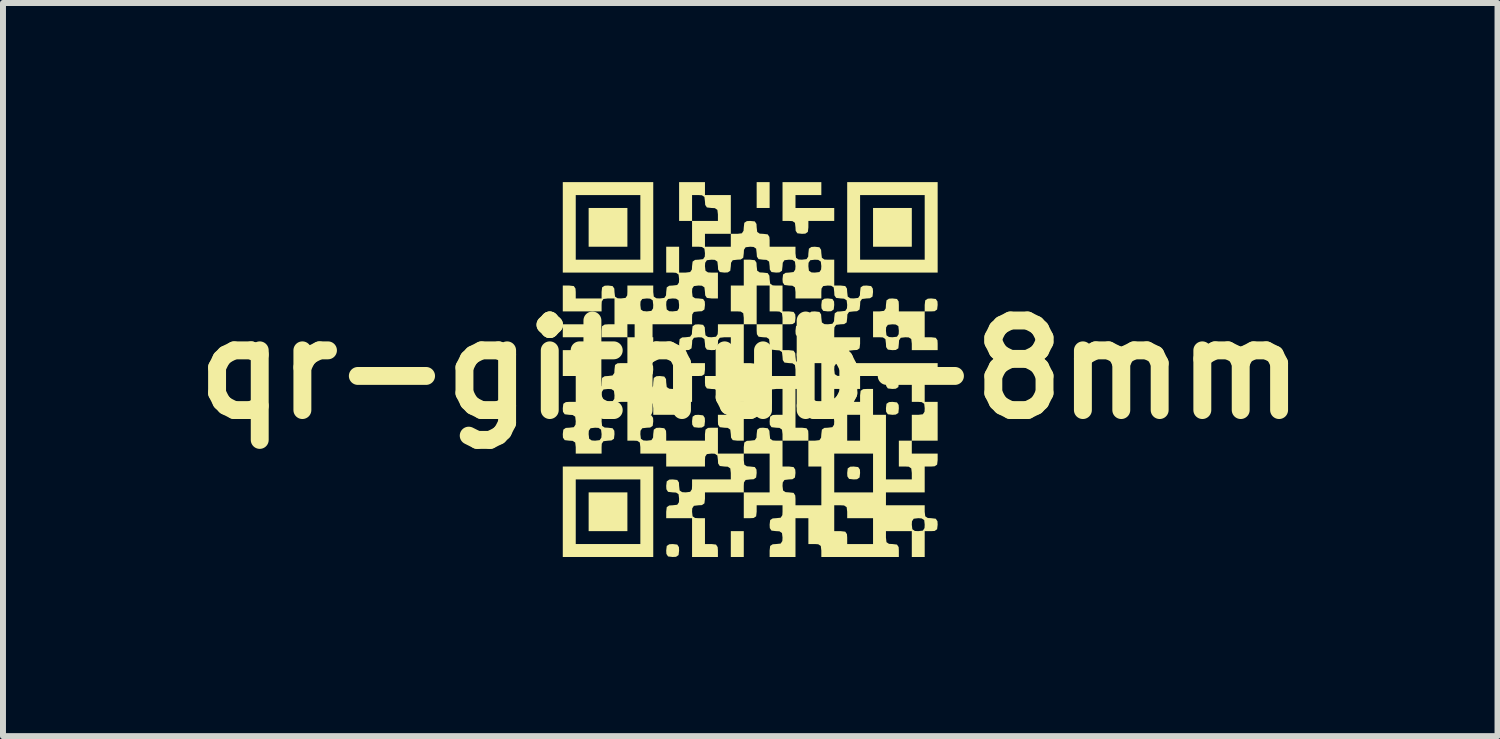
<source format=kicad_pcb>
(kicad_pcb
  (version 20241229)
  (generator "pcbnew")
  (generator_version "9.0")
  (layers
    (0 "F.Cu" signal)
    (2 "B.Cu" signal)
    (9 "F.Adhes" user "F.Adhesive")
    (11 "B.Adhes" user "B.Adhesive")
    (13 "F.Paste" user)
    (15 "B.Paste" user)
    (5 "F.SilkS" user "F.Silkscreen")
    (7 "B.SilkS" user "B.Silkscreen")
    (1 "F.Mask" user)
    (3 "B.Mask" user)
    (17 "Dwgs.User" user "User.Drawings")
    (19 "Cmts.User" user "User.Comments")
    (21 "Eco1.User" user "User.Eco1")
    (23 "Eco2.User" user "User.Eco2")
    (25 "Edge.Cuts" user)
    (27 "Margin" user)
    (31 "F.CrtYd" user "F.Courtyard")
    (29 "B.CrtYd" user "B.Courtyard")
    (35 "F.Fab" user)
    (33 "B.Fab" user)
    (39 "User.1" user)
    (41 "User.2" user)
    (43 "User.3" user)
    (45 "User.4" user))
  (footprint "qr-github-8mm"
    (layer "F.Cu")
    (at 9.514 3.139)
    (property "Reference" "qr-github-8mm" (at 0 0 0) (layer "F.SilkS") (effects (font (size 1.5 1.5) (thickness 0.3))))
    (attr board_only exclude_from_pos_files exclude_from_bom)
    (fp_poly (pts (xy -2.706 -0.649) (xy -2.706 -0.541) (xy -2.922 -0.541) (xy -3.139 -0.541) (xy -3.139 -0.649) (xy -3.139 -0.758) (xy -2.922 -0.758) (xy -2.706 -0.758)) (stroke (width 0) (type solid)) (fill yes) (layer "F.SilkS"))
    (fp_poly (pts (xy -2.057 -2.381) (xy -2.057 -2.057) (xy -2.381 -2.057) (xy -2.706 -2.057) (xy -2.706 -2.381) (xy -2.706 -2.706) (xy -2.381 -2.706) (xy -2.057 -2.706)) (stroke (width 0) (type solid)) (fill yes) (layer "F.SilkS"))
    (fp_poly (pts (xy -2.057 2.381) (xy -2.057 2.706) (xy -2.381 2.706) (xy -2.706 2.706) (xy -2.706 2.381) (xy -2.706 2.057) (xy -2.381 2.057) (xy -2.057 2.057)) (stroke (width 0) (type solid)) (fill yes) (layer "F.SilkS"))
    (fp_poly (pts (xy -0.108 2.922) (xy -0.108 3.139) (xy -0.216 3.139) (xy -0.325 3.139) (xy -0.325 2.922) (xy -0.325 2.706) (xy -0.216 2.706) (xy -0.108 2.706)) (stroke (width 0) (type solid)) (fill yes) (layer "F.SilkS"))
    (fp_poly (pts (xy 0.325 -2.922) (xy 0.325 -2.706) (xy 0.216 -2.706) (xy 0.108 -2.706) (xy 0.108 -2.922) (xy 0.108 -3.139) (xy 0.216 -3.139) (xy 0.325 -3.139)) (stroke (width 0) (type solid)) (fill yes) (layer "F.SilkS"))
    (fp_poly (pts (xy 2.706 -2.381) (xy 2.706 -2.057) (xy 2.381 -2.057) (xy 2.057 -2.057) (xy 2.057 -2.381) (xy 2.057 -2.706) (xy 2.381 -2.706) (xy 2.706 -2.706)) (stroke (width 0) (type solid)) (fill yes) (layer "F.SilkS"))
    (fp_poly (pts (xy -1.222 2.931) (xy -1.194 2.974) (xy -1.191 3.031) (xy -1.2 3.107) (xy -1.242 3.136) (xy -1.299 3.139) (xy -1.376 3.13) (xy -1.404 3.088) (xy -1.407 3.031) (xy -1.398 2.954) (xy -1.356 2.926) (xy -1.299 2.922)) (stroke (width 0) (type solid)) (fill yes) (layer "F.SilkS"))
    (fp_poly (pts (xy -0.789 0.767) (xy -0.761 0.809) (xy -0.758 0.866) (xy -0.767 0.943) (xy -0.809 0.971) (xy -0.866 0.974) (xy -0.943 0.965) (xy -0.971 0.923) (xy -0.974 0.866) (xy -0.965 0.789) (xy -0.923 0.761) (xy -0.866 0.758)) (stroke (width 0) (type solid)) (fill yes) (layer "F.SilkS"))
    (fp_poly (pts (xy 1.376 -1.182) (xy 1.404 -1.14) (xy 1.407 -1.082) (xy 1.398 -1.006) (xy 1.356 -0.977) (xy 1.299 -0.974) (xy 1.222 -0.983) (xy 1.194 -1.025) (xy 1.191 -1.082) (xy 1.2 -1.159) (xy 1.242 -1.187) (xy 1.299 -1.191)) (stroke (width 0) (type solid)) (fill yes) (layer "F.SilkS"))
    (fp_poly (pts (xy 1.808 1.633) (xy 1.837 1.675) (xy 1.84 1.732) (xy 1.831 1.808) (xy 1.789 1.837) (xy 1.732 1.84) (xy 1.655 1.831) (xy 1.627 1.789) (xy 1.624 1.732) (xy 1.633 1.655) (xy 1.675 1.627) (xy 1.732 1.624)) (stroke (width 0) (type solid)) (fill yes) (layer "F.SilkS"))
    (fp_poly (pts (xy 2.458 0.55) (xy 2.486 0.592) (xy 2.489 0.649) (xy 2.481 0.726) (xy 2.438 0.754) (xy 2.381 0.758) (xy 2.305 0.749) (xy 2.276 0.707) (xy 2.273 0.649) (xy 2.282 0.573) (xy 2.324 0.545) (xy 2.381 0.541)) (stroke (width 0) (type solid)) (fill yes) (layer "F.SilkS"))
    (fp_poly (pts (xy -1.624 -2.381) (xy -1.624 -1.624) (xy -2.381 -1.624) (xy -3.139 -1.624) (xy -3.139 -2.381) (xy -2.922 -2.381) (xy -2.922 -1.84) (xy -2.381 -1.84) (xy -1.84 -1.84) (xy -1.84 -2.381) (xy -1.84 -2.922) (xy -2.381 -2.922) (xy -2.922 -2.922) (xy -2.922 -2.381) (xy -3.139 -2.381) (xy -3.139 -3.139) (xy -2.381 -3.139) (xy -1.624 -3.139)) (stroke (width 0) (type solid)) (fill yes) (layer "F.SilkS"))
    (fp_poly (pts (xy -1.624 2.381) (xy -1.624 3.139) (xy -2.381 3.139) (xy -3.139 3.139) (xy -3.139 2.381) (xy -2.922 2.381) (xy -2.922 2.922) (xy -2.381 2.922) (xy -1.84 2.922) (xy -1.84 2.381) (xy -1.84 1.84) (xy -2.381 1.84) (xy -2.922 1.84) (xy -2.922 2.381) (xy -3.139 2.381) (xy -3.139 1.624) (xy -2.381 1.624) (xy -1.624 1.624)) (stroke (width 0) (type solid)) (fill yes) (layer "F.SilkS"))
    (fp_poly (pts (xy 3.139 -2.381) (xy 3.139 -1.624) (xy 2.381 -1.624) (xy 1.624 -1.624) (xy 1.624 -2.381) (xy 1.84 -2.381) (xy 1.84 -1.84) (xy 2.381 -1.84) (xy 2.922 -1.84) (xy 2.922 -2.381) (xy 2.922 -2.922) (xy 2.381 -2.922) (xy 1.84 -2.922) (xy 1.84 -2.381) (xy 1.624 -2.381) (xy 1.624 -3.139) (xy 2.381 -3.139) (xy 3.139 -3.139)) (stroke (width 0) (type solid)) (fill yes) (layer "F.SilkS"))
    (fp_poly (pts (xy 1.191 -3.031) (xy 1.191 -2.922) (xy 0.974 -2.922) (xy 0.758 -2.922) (xy 0.758 -2.814) (xy 0.758 -2.706) (xy 1.082 -2.706) (xy 1.407 -2.706) (xy 1.407 -2.598) (xy 1.407 -2.489) (xy 1.191 -2.489) (xy 0.974 -2.489) (xy 0.974 -2.381) (xy 0.965 -2.305) (xy 0.923 -2.276) (xy 0.866 -2.273) (xy 0.789 -2.282) (xy 0.761 -2.324) (xy 0.758 -2.381) (xy 0.749 -2.458) (xy 0.707 -2.486) (xy 0.649 -2.489) (xy 0.541 -2.489) (xy 0.541 -2.814) (xy 0.541 -3.139) (xy 0.866 -3.139) (xy 1.191 -3.139)) (stroke (width 0) (type solid)) (fill yes) (layer "F.SilkS"))
    (fp_poly (pts (xy 3.107 -1.182) (xy 3.136 -1.14) (xy 3.139 -1.082) (xy 3.13 -1.006) (xy 3.088 -0.977) (xy 3.031 -0.974) (xy 2.922 -0.974) (xy 2.922 -0.758) (xy 2.922 -0.541) (xy 3.031 -0.541) (xy 3.107 -0.532) (xy 3.136 -0.49) (xy 3.139 -0.433) (xy 3.139 -0.325) (xy 2.922 -0.325) (xy 2.706 -0.325) (xy 2.706 -0.433) (xy 2.697 -0.51) (xy 2.655 -0.538) (xy 2.598 -0.541) (xy 2.521 -0.532) (xy 2.493 -0.49) (xy 2.489 -0.433) (xy 2.481 -0.356) (xy 2.438 -0.328) (xy 2.381 -0.325) (xy 2.305 -0.334) (xy 2.276 -0.376) (xy 2.273 -0.433) (xy 2.264 -0.51) (xy 2.222 -0.538) (xy 2.165 -0.541) (xy 2.057 -0.541) (xy 2.057 -0.649) (xy 2.273 -0.649) (xy 2.282 -0.573) (xy 2.324 -0.545) (xy 2.381 -0.541) (xy 2.458 -0.55) (xy 2.486 -0.592) (xy 2.489 -0.649) (xy 2.481 -0.726) (xy 2.438 -0.754) (xy 2.381 -0.758) (xy 2.305 -0.749) (xy 2.276 -0.707) (xy 2.273 -0.649) (xy 2.057 -0.649) (xy 2.057 -0.758) (xy 2.057 -0.974) (xy 2.165 -0.974) (xy 2.241 -0.983) (xy 2.27 -1.025) (xy 2.273 -1.082) (xy 2.282 -1.159) (xy 2.324 -1.187) (xy 2.381 -1.191) (xy 2.458 -1.182) (xy 2.486 -1.14) (xy 2.489 -1.082) (xy 2.489 -0.974) (xy 2.706 -0.974) (xy 2.922 -0.974) (xy 2.922 -1.082) (xy 2.931 -1.159) (xy 2.974 -1.187) (xy 3.031 -1.191)) (stroke (width 0) (type solid)) (fill yes) (layer "F.SilkS"))
    (fp_poly (pts (xy 0.077 -1.831) (xy 0.105 -1.789) (xy 0.108 -1.732) (xy 0.117 -1.655) (xy 0.159 -1.627) (xy 0.216 -1.624) (xy 0.293 -1.615) (xy 0.321 -1.572) (xy 0.325 -1.515) (xy 0.334 -1.439) (xy 0.376 -1.41) (xy 0.433 -1.407) (xy 0.541 -1.407) (xy 0.541 -1.191) (xy 0.541 -0.974) (xy 0.649 -0.974) (xy 0.726 -0.965) (xy 0.754 -0.923) (xy 0.758 -0.866) (xy 0.749 -0.789) (xy 0.707 -0.761) (xy 0.649 -0.758) (xy 0.541 -0.758) (xy 0.541 -0.541) (xy 0.541 -0.325) (xy 0.649 -0.325) (xy 0.726 -0.316) (xy 0.754 -0.274) (xy 0.758 -0.216) (xy 0.767 -0.14) (xy 0.809 -0.112) (xy 0.866 -0.108) (xy 0.974 -0.108) (xy 0.974 0.108) (xy 0.974 0.325) (xy 0.866 0.325) (xy 0.758 0.325) (xy 0.758 0.649) (xy 0.758 0.974) (xy 0.866 0.974) (xy 0.943 0.983) (xy 0.971 1.025) (xy 0.974 1.082) (xy 0.974 1.191) (xy 0.758 1.191) (xy 0.541 1.191) (xy 0.541 1.082) (xy 0.532 1.006) (xy 0.49 0.977) (xy 0.433 0.974) (xy 0.356 0.965) (xy 0.328 0.923) (xy 0.325 0.866) (xy 0.334 0.789) (xy 0.376 0.761) (xy 0.433 0.758) (xy 0.541 0.758) (xy 0.541 0.541) (xy 0.541 0.325) (xy 0.433 0.325) (xy 0.356 0.334) (xy 0.328 0.376) (xy 0.325 0.433) (xy 0.316 0.51) (xy 0.274 0.538) (xy 0.216 0.541) (xy 0.14 0.55) (xy 0.112 0.592) (xy 0.108 0.649) (xy 0.099 0.726) (xy 0.057 0.754) (xy 0 0.758) (xy -0.108 0.758) (xy -0.108 0.974) (xy -0.108 1.191) (xy -0.216 1.191) (xy -0.293 1.182) (xy -0.321 1.14) (xy -0.325 1.082) (xy -0.334 1.006) (xy -0.376 0.977) (xy -0.433 0.974) (xy -0.51 0.965) (xy -0.538 0.923) (xy -0.541 0.866) (xy -0.541 0.758) (xy -0.325 0.758) (xy -0.108 0.758) (xy -0.108 0.649) (xy -0.108 0.541) (xy -0.325 0.541) (xy -0.541 0.541) (xy -0.541 0.433) (xy -0.55 0.356) (xy -0.592 0.328) (xy -0.649 0.325) (xy -0.726 0.316) (xy -0.754 0.274) (xy -0.758 0.216) (xy -0.758 0.108) (xy -0.541 0.108) (xy -0.325 0.108) (xy -0.325 -0.216) (xy -0.325 -0.541) (xy -0.433 -0.541) (xy -0.51 -0.532) (xy -0.538 -0.49) (xy -0.541 -0.433) (xy -0.55 -0.356) (xy -0.592 -0.328) (xy -0.649 -0.325) (xy -0.726 -0.334) (xy -0.754 -0.376) (xy -0.758 -0.433) (xy -0.767 -0.51) (xy -0.809 -0.538) (xy -0.866 -0.541) (xy -0.943 -0.532) (xy -0.971 -0.49) (xy -0.974 -0.433) (xy -0.983 -0.356) (xy -1.025 -0.328) (xy -1.082 -0.325) (xy -1.159 -0.334) (xy -1.187 -0.376) (xy -1.191 -0.433) (xy -1.182 -0.51) (xy -1.14 -0.538) (xy -1.082 -0.541) (xy -1.006 -0.55) (xy -0.977 -0.592) (xy -0.974 -0.649) (xy -0.965 -0.726) (xy -0.923 -0.754) (xy -0.866 -0.758) (xy -0.789 -0.749) (xy -0.761 -0.707) (xy -0.758 -0.649) (xy -0.749 -0.573) (xy -0.707 -0.545) (xy -0.649 -0.541) (xy -0.573 -0.55) (xy -0.545 -0.592) (xy -0.541 -0.649) (xy -0.541 -0.758) (xy -0.325 -0.758) (xy -0.108 -0.758) (xy -0.108 -0.433) (xy -0.108 -0.108) (xy 0 -0.108) (xy 0.077 -0.099) (xy 0.105 -0.057) (xy 0.108 0) (xy 0.108 0.108) (xy 0.433 0.108) (xy 0.758 0.108) (xy 0.758 0) (xy 0.749 -0.077) (xy 0.707 -0.105) (xy 0.649 -0.108) (xy 0.573 -0.117) (xy 0.545 -0.159) (xy 0.541 -0.216) (xy 0.532 -0.293) (xy 0.49 -0.321) (xy 0.433 -0.325) (xy 0.356 -0.334) (xy 0.328 -0.376) (xy 0.325 -0.433) (xy 0.316 -0.51) (xy 0.274 -0.538) (xy 0.216 -0.541) (xy 0.14 -0.55) (xy 0.112 -0.592) (xy 0.108 -0.649) (xy 0.108 -0.758) (xy 0.325 -0.758) (xy 0.541 -0.758) (xy 0.541 -0.866) (xy 0.532 -0.943) (xy 0.49 -0.971) (xy 0.433 -0.974) (xy 0.325 -0.974) (xy 0.325 -1.191) (xy 0.325 -1.407) (xy 0.216 -1.407) (xy 0.108 -1.407) (xy 0.108 -1.082) (xy 0.108 -0.758) (xy 0 -0.758) (xy -0.108 -0.758) (xy -0.108 -0.866) (xy -0.117 -0.943) (xy -0.159 -0.971) (xy -0.216 -0.974) (xy -0.325 -0.974) (xy -0.325 -1.191) (xy -0.325 -1.407) (xy -0.216 -1.407) (xy -0.108 -1.407) (xy -0.108 -1.624) (xy -0.108 -1.84) (xy 0 -1.84)) (stroke (width 0) (type solid)) (fill yes) (layer "F.SilkS"))
    (fp_poly (pts (xy -0.758 -3.031) (xy -0.758 -2.922) (xy -0.541 -2.922) (xy -0.325 -2.922) (xy -0.325 -2.598) (xy -0.325 -2.273) (xy -0.216 -2.273) (xy -0.14 -2.282) (xy -0.112 -2.324) (xy -0.108 -2.381) (xy -0.099 -2.458) (xy -0.057 -2.486) (xy 0 -2.489) (xy 0.077 -2.481) (xy 0.105 -2.438) (xy 0.108 -2.381) (xy 0.117 -2.305) (xy 0.159 -2.276) (xy 0.216 -2.273) (xy 0.293 -2.264) (xy 0.321 -2.222) (xy 0.325 -2.165) (xy 0.325 -2.057) (xy 0.541 -2.057) (xy 0.758 -2.057) (xy 0.758 -1.948) (xy 0.767 -1.872) (xy 0.809 -1.843) (xy 0.866 -1.84) (xy 0.943 -1.849) (xy 0.971 -1.891) (xy 0.974 -1.948) (xy 0.983 -2.025) (xy 1.025 -2.053) (xy 1.082 -2.057) (xy 1.159 -2.048) (xy 1.187 -2.005) (xy 1.191 -1.948) (xy 1.2 -1.872) (xy 1.242 -1.843) (xy 1.299 -1.84) (xy 1.407 -1.84) (xy 1.407 -1.624) (xy 1.407 -1.407) (xy 1.515 -1.407) (xy 1.592 -1.398) (xy 1.62 -1.356) (xy 1.624 -1.299) (xy 1.633 -1.222) (xy 1.675 -1.194) (xy 1.732 -1.191) (xy 1.808 -1.2) (xy 1.837 -1.242) (xy 1.84 -1.299) (xy 1.849 -1.376) (xy 1.891 -1.404) (xy 1.948 -1.407) (xy 2.025 -1.398) (xy 2.053 -1.356) (xy 2.057 -1.299) (xy 2.048 -1.222) (xy 2.005 -1.194) (xy 1.948 -1.191) (xy 1.872 -1.182) (xy 1.843 -1.14) (xy 1.84 -1.082) (xy 1.831 -1.006) (xy 1.789 -0.977) (xy 1.732 -0.974) (xy 1.655 -0.965) (xy 1.627 -0.923) (xy 1.624 -0.866) (xy 1.615 -0.789) (xy 1.572 -0.761) (xy 1.515 -0.758) (xy 1.439 -0.749) (xy 1.41 -0.707) (xy 1.407 -0.649) (xy 1.407 -0.541) (xy 1.624 -0.541) (xy 1.84 -0.541) (xy 1.84 -0.433) (xy 1.831 -0.356) (xy 1.789 -0.328) (xy 1.732 -0.325) (xy 1.655 -0.316) (xy 1.627 -0.274) (xy 1.624 -0.216) (xy 1.624 -0.108) (xy 2.381 -0.108) (xy 3.139 -0.108) (xy 3.139 0) (xy 3.13 0.077) (xy 3.088 0.105) (xy 3.031 0.108) (xy 2.922 0.108) (xy 2.922 0.325) (xy 2.922 0.541) (xy 3.031 0.541) (xy 3.139 0.541) (xy 3.139 0.866) (xy 3.139 1.191) (xy 2.922 1.191) (xy 2.706 1.191) (xy 2.706 1.299) (xy 2.706 1.407) (xy 2.922 1.407) (xy 3.139 1.407) (xy 3.139 1.515) (xy 3.13 1.592) (xy 3.088 1.62) (xy 3.031 1.624) (xy 2.922 1.624) (xy 2.922 1.84) (xy 2.922 2.057) (xy 2.598 2.057) (xy 2.273 2.057) (xy 2.273 2.165) (xy 2.273 2.273) (xy 2.598 2.273) (xy 2.922 2.273) (xy 2.922 2.381) (xy 2.931 2.458) (xy 2.974 2.486) (xy 3.031 2.489) (xy 3.107 2.498) (xy 3.136 2.541) (xy 3.139 2.598) (xy 3.13 2.674) (xy 3.088 2.703) (xy 3.031 2.706) (xy 2.922 2.706) (xy 2.922 2.922) (xy 2.922 3.139) (xy 2.814 3.139) (xy 2.706 3.139) (xy 2.706 2.922) (xy 2.706 2.706) (xy 2.489 2.706) (xy 2.273 2.706) (xy 2.273 2.814) (xy 2.282 2.891) (xy 2.324 2.919) (xy 2.381 2.922) (xy 2.458 2.931) (xy 2.486 2.974) (xy 2.489 3.031) (xy 2.489 3.139) (xy 1.84 3.139) (xy 1.191 3.139) (xy 1.191 3.031) (xy 1.182 2.954) (xy 1.14 2.926) (xy 1.082 2.922) (xy 0.974 2.922) (xy 0.974 2.706) (xy 0.974 2.489) (xy 1.407 2.489) (xy 1.407 2.706) (xy 1.515 2.706) (xy 1.592 2.715) (xy 1.62 2.757) (xy 1.624 2.814) (xy 1.624 2.922) (xy 1.84 2.922) (xy 2.057 2.922) (xy 2.057 2.706) (xy 2.057 2.598) (xy 2.706 2.598) (xy 2.715 2.674) (xy 2.757 2.703) (xy 2.814 2.706) (xy 2.891 2.697) (xy 2.919 2.655) (xy 2.922 2.598) (xy 2.914 2.521) (xy 2.871 2.493) (xy 2.814 2.489) (xy 2.738 2.498) (xy 2.709 2.541) (xy 2.706 2.598) (xy 2.057 2.598) (xy 2.057 2.489) (xy 1.84 2.489) (xy 1.624 2.489) (xy 1.624 2.381) (xy 1.615 2.305) (xy 1.572 2.276) (xy 1.515 2.273) (xy 1.407 2.273) (xy 1.407 2.489) (xy 0.974 2.489) (xy 0.866 2.489) (xy 0.758 2.489) (xy 0.758 2.814) (xy 0.758 3.139) (xy 0.541 3.139) (xy 0.325 3.139) (xy 0.325 3.031) (xy 0.334 2.954) (xy 0.376 2.926) (xy 0.433 2.922) (xy 0.51 2.914) (xy 0.538 2.871) (xy 0.541 2.814) (xy 0.532 2.738) (xy 0.49 2.709) (xy 0.433 2.706) (xy 0.356 2.697) (xy 0.328 2.655) (xy 0.325 2.598) (xy 0.334 2.521) (xy 0.376 2.493) (xy 0.433 2.489) (xy 0.51 2.481) (xy 0.538 2.438) (xy 0.541 2.381) (xy 0.541 2.273) (xy 0.325 2.273) (xy 0.108 2.273) (xy 0.108 2.381) (xy 0.099 2.458) (xy 0.057 2.486) (xy 0 2.489) (xy -0.108 2.489) (xy -0.108 2.273) (xy -0.108 2.057) (xy -0.433 2.057) (xy -0.758 2.057) (xy -0.758 2.165) (xy -0.767 2.241) (xy -0.809 2.27) (xy -0.866 2.273) (xy -0.943 2.282) (xy -0.971 2.324) (xy -0.974 2.381) (xy -0.965 2.458) (xy -0.923 2.486) (xy -0.866 2.489) (xy -0.758 2.489) (xy -0.758 2.706) (xy -0.758 2.922) (xy -0.649 2.922) (xy -0.573 2.931) (xy -0.545 2.974) (xy -0.541 3.031) (xy -0.541 3.139) (xy -0.758 3.139) (xy -0.974 3.139) (xy -0.974 2.814) (xy -0.974 2.489) (xy -1.191 2.489) (xy -1.407 2.489) (xy -1.407 2.381) (xy -1.398 2.305) (xy -1.356 2.276) (xy -1.299 2.273) (xy -1.222 2.264) (xy -1.194 2.222) (xy -1.191 2.165) (xy -1.2 2.088) (xy -1.242 2.06) (xy -1.299 2.057) (xy -1.376 2.048) (xy -1.404 2.005) (xy -1.407 1.948) (xy -1.398 1.872) (xy -1.356 1.843) (xy -1.299 1.84) (xy -1.222 1.849) (xy -1.194 1.891) (xy -1.191 1.948) (xy -1.182 2.025) (xy -1.14 2.053) (xy -1.082 2.057) (xy -1.006 2.048) (xy -0.977 2.005) (xy -0.974 1.948) (xy -0.974 1.84) (xy -0.649 1.84) (xy -0.325 1.84) (xy -0.325 1.732) (xy -0.334 1.655) (xy -0.376 1.627) (xy -0.433 1.624) (xy -0.51 1.615) (xy -0.538 1.572) (xy -0.541 1.515) (xy -0.108 1.515) (xy -0.099 1.592) (xy -0.057 1.62) (xy 0 1.624) (xy 0.077 1.633) (xy 0.105 1.675) (xy 0.108 1.732) (xy 0.099 1.808) (xy 0.057 1.837) (xy 0 1.84) (xy -0.077 1.849) (xy -0.105 1.891) (xy -0.108 1.948) (xy -0.108 2.057) (xy 0.108 2.057) (xy 0.325 2.057) (xy 0.325 1.732) (xy 0.325 1.407) (xy 0.108 1.407) (xy -0.108 1.407) (xy -0.108 1.515) (xy -0.541 1.515) (xy -0.55 1.439) (xy -0.592 1.41) (xy -0.649 1.407) (xy -0.726 1.416) (xy -0.754 1.458) (xy -0.758 1.515) (xy -0.758 1.624) (xy -1.082 1.624) (xy -1.407 1.624) (xy -1.407 1.515) (xy -1.407 1.407) (xy -1.624 1.407) (xy -1.84 1.407) (xy -1.84 1.299) (xy -1.849 1.222) (xy -1.891 1.194) (xy -1.948 1.191) (xy -2.057 1.191) (xy -2.057 0.866) (xy -2.057 0.541) (xy -2.165 0.541) (xy -2.241 0.55) (xy -2.27 0.592) (xy -2.273 0.649) (xy -2.282 0.726) (xy -2.324 0.754) (xy -2.381 0.758) (xy -2.458 0.767) (xy -2.486 0.809) (xy -2.489 0.866) (xy -2.481 0.943) (xy -2.438 0.971) (xy -2.381 0.974) (xy -2.305 0.983) (xy -2.276 1.025) (xy -2.273 1.082) (xy -2.282 1.159) (xy -2.324 1.187) (xy -2.381 1.191) (xy -2.458 1.2) (xy -2.486 1.242) (xy -2.489 1.299) (xy -2.489 1.407) (xy -2.706 1.407) (xy -2.922 1.407) (xy -2.922 1.299) (xy -2.931 1.222) (xy -2.974 1.194) (xy -3.031 1.191) (xy -3.107 1.182) (xy -3.136 1.14) (xy -3.139 1.082) (xy -2.706 1.082) (xy -2.697 1.159) (xy -2.655 1.187) (xy -2.598 1.191) (xy -2.521 1.182) (xy -2.493 1.14) (xy -2.489 1.082) (xy -2.498 1.006) (xy -2.541 0.977) (xy -2.598 0.974) (xy -2.674 0.983) (xy -2.703 1.025) (xy -2.706 1.082) (xy -3.139 1.082) (xy -3.13 1.006) (xy -3.088 0.977) (xy -3.031 0.974) (xy -2.954 0.965) (xy -2.926 0.923) (xy -2.922 0.866) (xy -2.931 0.789) (xy -2.974 0.761) (xy -3.031 0.758) (xy -3.107 0.749) (xy -3.136 0.707) (xy -3.139 0.649) (xy -3.13 0.573) (xy -3.088 0.545) (xy -3.031 0.541) (xy -2.922 0.541) (xy -2.922 0.433) (xy -2.489 0.433) (xy -2.481 0.51) (xy -2.438 0.538) (xy -2.381 0.541) (xy -2.305 0.532) (xy -2.276 0.49) (xy -2.273 0.433) (xy -2.282 0.356) (xy -2.324 0.328) (xy -2.381 0.325) (xy -2.458 0.334) (xy -2.486 0.376) (xy -2.489 0.433) (xy -2.922 0.433) (xy -2.922 0.325) (xy -2.922 0.108) (xy -3.031 0.108) (xy -3.139 0.108) (xy -3.139 -0.108) (xy -3.139 -0.325) (xy -2.922 -0.325) (xy -2.706 -0.325) (xy -2.706 0) (xy -2.706 0.325) (xy -2.598 0.325) (xy -2.521 0.316) (xy -2.493 0.274) (xy -2.489 0.216) (xy -2.481 0.14) (xy -2.438 0.112) (xy -2.381 0.108) (xy -2.305 0.099) (xy -2.276 0.057) (xy -2.273 0) (xy -2.264 -0.077) (xy -2.222 -0.105) (xy -2.165 -0.108) (xy -2.057 -0.108) (xy -2.057 -0.325) (xy -2.057 -0.541) (xy -1.84 -0.541) (xy -1.624 -0.541) (xy -1.624 -0.433) (xy -1.633 -0.356) (xy -1.675 -0.328) (xy -1.732 -0.325) (xy -1.808 -0.316) (xy -1.837 -0.274) (xy -1.84 -0.216) (xy -1.831 -0.14) (xy -1.789 -0.112) (xy -1.732 -0.108) (xy -1.655 -0.099) (xy -1.627 -0.057) (xy -1.624 0) (xy -1.633 0.077) (xy -1.675 0.105) (xy -1.732 0.108) (xy -1.808 0.117) (xy -1.837 0.159) (xy -1.84 0.216) (xy -1.831 0.293) (xy -1.789 0.321) (xy -1.732 0.325) (xy -1.655 0.316) (xy -1.627 0.274) (xy -1.624 0.216) (xy -1.615 0.14) (xy -1.572 0.112) (xy -1.515 0.108) (xy -1.439 0.117) (xy -1.41 0.159) (xy -1.407 0.216) (xy -1.398 0.293) (xy -1.356 0.321) (xy -1.299 0.325) (xy -1.191 0.325) (xy -1.191 0.108) (xy -1.191 -0.108) (xy -0.974 -0.108) (xy -0.758 -0.108) (xy -0.758 0) (xy -0.767 0.077) (xy -0.809 0.105) (xy -0.866 0.108) (xy -0.974 0.108) (xy -0.974 0.325) (xy -0.974 0.541) (xy -1.082 0.541) (xy -1.159 0.55) (xy -1.187 0.592) (xy -1.191 0.649) (xy -1.191 0.758) (xy -1.407 0.758) (xy -1.624 0.758) (xy -1.624 0.649) (xy -1.633 0.573) (xy -1.675 0.545) (xy -1.732 0.541) (xy -1.808 0.55) (xy -1.837 0.592) (xy -1.84 0.649) (xy -1.831 0.726) (xy -1.789 0.754) (xy -1.732 0.758) (xy -1.655 0.767) (xy -1.627 0.809) (xy -1.624 0.866) (xy -1.633 0.943) (xy -1.675 0.971) (xy -1.732 0.974) (xy -1.808 0.983) (xy -1.837 1.025) (xy -1.84 1.082) (xy -1.831 1.159) (xy -1.789 1.187) (xy -1.732 1.191) (xy -1.655 1.182) (xy -1.627 1.14) (xy -1.624 1.082) (xy -1.615 1.006) (xy -1.572 0.977) (xy -1.515 0.974) (xy -1.439 0.983) (xy -1.41 1.025) (xy -1.407 1.082) (xy -1.407 1.191) (xy -1.082 1.191) (xy -0.758 1.191) (xy -0.758 1.082) (xy -0.749 1.006) (xy -0.707 0.977) (xy -0.649 0.974) (xy -0.541 0.974) (xy -0.541 1.191) (xy -0.541 1.407) (xy -0.325 1.407) (xy -0.108 1.407) (xy -0.108 1.299) (xy -0.099 1.222) (xy -0.057 1.194) (xy 0 1.191) (xy 0.077 1.182) (xy 0.105 1.14) (xy 0.108 1.082) (xy 0.117 1.006) (xy 0.159 0.977) (xy 0.216 0.974) (xy 0.293 0.983) (xy 0.321 1.025) (xy 0.325 1.082) (xy 0.334 1.159) (xy 0.376 1.187) (xy 0.433 1.191) (xy 0.541 1.191) (xy 0.541 1.407) (xy 0.541 1.624) (xy 0.649 1.624) (xy 0.726 1.633) (xy 0.754 1.675) (xy 0.758 1.732) (xy 0.749 1.808) (xy 0.707 1.837) (xy 0.649 1.84) (xy 0.573 1.849) (xy 0.545 1.891) (xy 0.541 1.948) (xy 0.55 2.025) (xy 0.592 2.053) (xy 0.649 2.057) (xy 0.726 2.065) (xy 0.754 2.108) (xy 0.758 2.165) (xy 0.758 2.273) (xy 0.974 2.273) (xy 1.191 2.273) (xy 1.191 1.948) (xy 1.191 1.732) (xy 1.407 1.732) (xy 1.407 2.057) (xy 1.732 2.057) (xy 2.057 2.057) (xy 2.057 1.732) (xy 2.057 1.407) (xy 1.732 1.407) (xy 1.407 1.407) (xy 1.407 1.732) (xy 1.191 1.732) (xy 1.191 1.624) (xy 1.082 1.624) (xy 0.974 1.624) (xy 0.974 1.407) (xy 0.974 1.191) (xy 1.082 1.191) (xy 1.159 1.182) (xy 1.187 1.14) (xy 1.191 1.082) (xy 1.2 1.006) (xy 1.242 0.977) (xy 1.299 0.974) (xy 1.624 0.974) (xy 1.624 1.191) (xy 1.732 1.191) (xy 1.84 1.191) (xy 1.84 0.974) (xy 1.84 0.758) (xy 1.732 0.758) (xy 1.624 0.758) (xy 1.624 0.974) (xy 1.299 0.974) (xy 1.376 0.965) (xy 1.404 0.923) (xy 1.407 0.866) (xy 1.398 0.789) (xy 1.356 0.761) (xy 1.299 0.758) (xy 1.191 0.758) (xy 1.191 0.325) (xy 1.407 0.325) (xy 1.407 0.433) (xy 1.407 0.541) (xy 1.624 0.541) (xy 1.84 0.541) (xy 1.84 0.433) (xy 1.849 0.356) (xy 1.891 0.328) (xy 1.948 0.325) (xy 2.057 0.325) (xy 2.057 0.541) (xy 2.057 0.758) (xy 2.165 0.758) (xy 2.273 0.758) (xy 2.273 1.299) (xy 2.273 1.84) (xy 2.489 1.84) (xy 2.706 1.84) (xy 2.706 1.732) (xy 2.697 1.655) (xy 2.655 1.627) (xy 2.598 1.624) (xy 2.489 1.624) (xy 2.489 1.407) (xy 2.489 1.191) (xy 2.598 1.191) (xy 2.706 1.191) (xy 2.706 0.974) (xy 2.706 0.758) (xy 2.814 0.758) (xy 2.891 0.749) (xy 2.919 0.707) (xy 2.922 0.649) (xy 2.914 0.573) (xy 2.871 0.545) (xy 2.814 0.541) (xy 2.706 0.541) (xy 2.706 0.325) (xy 2.706 0.108) (xy 2.598 0.108) (xy 2.521 0.117) (xy 2.493 0.159) (xy 2.489 0.216) (xy 2.481 0.293) (xy 2.438 0.321) (xy 2.381 0.325) (xy 2.305 0.316) (xy 2.276 0.274) (xy 2.273 0.216) (xy 2.273 0.108) (xy 2.057 0.108) (xy 1.84 0.108) (xy 1.84 0.216) (xy 1.84 0.325) (xy 1.624 0.325) (xy 1.407 0.325) (xy 1.191 0.325) (xy 1.191 0) (xy 1.407 0) (xy 1.416 0.077) (xy 1.458 0.105) (xy 1.515 0.108) (xy 1.592 0.099) (xy 1.62 0.057) (xy 1.624 0) (xy 1.615 -0.077) (xy 1.572 -0.105) (xy 1.515 -0.108) (xy 1.439 -0.099) (xy 1.41 -0.057) (xy 1.407 0) (xy 1.191 0) (xy 1.191 -0.108) (xy 1.082 -0.108) (xy 0.974 -0.108) (xy 0.974 -0.325) (xy 0.974 -0.541) (xy 0.866 -0.541) (xy 0.789 -0.55) (xy 0.761 -0.592) (xy 0.758 -0.649) (xy 0.767 -0.726) (xy 0.809 -0.754) (xy 0.866 -0.758) (xy 0.943 -0.767) (xy 0.971 -0.809) (xy 0.974 -0.866) (xy 0.983 -0.943) (xy 1.025 -0.971) (xy 1.082 -0.974) (xy 1.159 -0.965) (xy 1.187 -0.923) (xy 1.191 -0.866) (xy 1.2 -0.789) (xy 1.242 -0.761) (xy 1.299 -0.758) (xy 1.376 -0.767) (xy 1.404 -0.809) (xy 1.407 -0.866) (xy 1.416 -0.943) (xy 1.458 -0.971) (xy 1.515 -0.974) (xy 1.592 -0.983) (xy 1.62 -1.025) (xy 1.624 -1.082) (xy 1.615 -1.159) (xy 1.572 -1.187) (xy 1.515 -1.191) (xy 1.439 -1.2) (xy 1.41 -1.242) (xy 1.407 -1.299) (xy 1.398 -1.376) (xy 1.356 -1.404) (xy 1.299 -1.407) (xy 1.222 -1.398) (xy 1.194 -1.356) (xy 1.191 -1.299) (xy 1.191 -1.191) (xy 0.974 -1.191) (xy 0.758 -1.191) (xy 0.758 -1.299) (xy 0.749 -1.376) (xy 0.707 -1.404) (xy 0.649 -1.407) (xy 0.573 -1.416) (xy 0.545 -1.458) (xy 0.541 -1.515) (xy 0.55 -1.592) (xy 0.592 -1.62) (xy 0.649 -1.624) (xy 0.726 -1.633) (xy 0.754 -1.675) (xy 0.758 -1.732) (xy 0.974 -1.732) (xy 0.983 -1.655) (xy 1.025 -1.627) (xy 1.082 -1.624) (xy 1.159 -1.633) (xy 1.187 -1.675) (xy 1.191 -1.732) (xy 1.182 -1.808) (xy 1.14 -1.837) (xy 1.082 -1.84) (xy 1.006 -1.831) (xy 0.977 -1.789) (xy 0.974 -1.732) (xy 0.758 -1.732) (xy 0.749 -1.808) (xy 0.707 -1.837) (xy 0.649 -1.84) (xy 0.573 -1.831) (xy 0.545 -1.789) (xy 0.541 -1.732) (xy 0.532 -1.655) (xy 0.49 -1.627) (xy 0.433 -1.624) (xy 0.356 -1.633) (xy 0.328 -1.675) (xy 0.325 -1.732) (xy 0.316 -1.808) (xy 0.274 -1.837) (xy 0.216 -1.84) (xy 0.14 -1.849) (xy 0.112 -1.891) (xy 0.108 -1.948) (xy 0.099 -2.025) (xy 0.057 -2.053) (xy 0 -2.057) (xy -0.077 -2.048) (xy -0.105 -2.005) (xy -0.108 -1.948) (xy -0.117 -1.872) (xy -0.159 -1.843) (xy -0.216 -1.84) (xy -0.293 -1.831) (xy -0.321 -1.789) (xy -0.325 -1.732) (xy -0.334 -1.655) (xy -0.376 -1.627) (xy -0.433 -1.624) (xy -0.51 -1.633) (xy -0.538 -1.675) (xy -0.541 -1.732) (xy -0.55 -1.808) (xy -0.592 -1.837) (xy -0.649 -1.84) (xy -0.726 -1.831) (xy -0.754 -1.789) (xy -0.758 -1.732) (xy -0.749 -1.655) (xy -0.707 -1.627) (xy -0.649 -1.624) (xy -0.541 -1.624) (xy -0.541 -1.407) (xy -0.541 -1.191) (xy -0.649 -1.191) (xy -0.726 -1.2) (xy -0.754 -1.242) (xy -0.758 -1.299) (xy -0.767 -1.376) (xy -0.809 -1.404) (xy -0.866 -1.407) (xy -0.943 -1.398) (xy -0.971 -1.356) (xy -0.974 -1.299) (xy -0.965 -1.222) (xy -0.923 -1.194) (xy -0.866 -1.191) (xy -0.789 -1.182) (xy -0.761 -1.14) (xy -0.758 -1.082) (xy -0.767 -1.006) (xy -0.809 -0.977) (xy -0.866 -0.974) (xy -0.943 -0.965) (xy -0.971 -0.923) (xy -0.974 -0.866) (xy -0.974 -0.758) (xy -1.515 -0.758) (xy -2.057 -0.758) (xy -2.057 -0.649) (xy -2.057 -0.541) (xy -2.273 -0.541) (xy -2.489 -0.541) (xy -2.489 -0.649) (xy -2.481 -0.726) (xy -2.438 -0.754) (xy -2.381 -0.758) (xy -2.273 -0.758) (xy -2.273 -0.974) (xy -2.273 -1.082) (xy -1.84 -1.082) (xy -1.831 -1.006) (xy -1.789 -0.977) (xy -1.732 -0.974) (xy -1.655 -0.983) (xy -1.627 -1.025) (xy -1.624 -1.082) (xy -1.407 -1.082) (xy -1.398 -1.006) (xy -1.356 -0.977) (xy -1.299 -0.974) (xy -1.222 -0.983) (xy -1.194 -1.025) (xy -1.191 -1.082) (xy -1.2 -1.159) (xy -1.242 -1.187) (xy -1.299 -1.191) (xy -1.376 -1.182) (xy -1.404 -1.14) (xy -1.407 -1.082) (xy -1.624 -1.082) (xy -1.633 -1.159) (xy -1.675 -1.187) (xy -1.732 -1.191) (xy -1.808 -1.182) (xy -1.837 -1.14) (xy -1.84 -1.082) (xy -2.273 -1.082) (xy -2.273 -1.191) (xy -2.381 -1.191) (xy -2.458 -1.182) (xy -2.486 -1.14) (xy -2.489 -1.082) (xy -2.489 -0.974) (xy -2.814 -0.974) (xy -3.139 -0.974) (xy -3.139 -1.191) (xy -3.139 -1.407) (xy -3.031 -1.407) (xy -2.954 -1.398) (xy -2.926 -1.356) (xy -2.922 -1.299) (xy -2.922 -1.191) (xy -2.706 -1.191) (xy -2.489 -1.191) (xy -2.489 -1.299) (xy -2.481 -1.376) (xy -2.438 -1.404) (xy -2.381 -1.407) (xy -2.305 -1.398) (xy -2.276 -1.356) (xy -2.273 -1.299) (xy -2.264 -1.222) (xy -2.222 -1.194) (xy -2.165 -1.191) (xy -2.088 -1.2) (xy -2.06 -1.242) (xy -2.057 -1.299) (xy -2.057 -1.407) (xy -1.84 -1.407) (xy -1.624 -1.407) (xy -1.624 -1.299) (xy -1.615 -1.222) (xy -1.572 -1.194) (xy -1.515 -1.191) (xy -1.439 -1.2) (xy -1.41 -1.242) (xy -1.407 -1.299) (xy -1.398 -1.376) (xy -1.356 -1.404) (xy -1.299 -1.407) (xy -1.222 -1.416) (xy -1.194 -1.458) (xy -1.191 -1.515) (xy -1.2 -1.592) (xy -1.242 -1.62) (xy -1.299 -1.624) (xy -1.407 -1.624) (xy -1.407 -1.84) (xy -1.407 -2.057) (xy -1.299 -2.057) (xy -1.191 -2.057) (xy -1.191 -1.84) (xy -1.191 -1.624) (xy -1.082 -1.624) (xy -1.006 -1.633) (xy -0.977 -1.675) (xy -0.974 -1.732) (xy -0.965 -1.808) (xy -0.923 -1.837) (xy -0.866 -1.84) (xy -0.789 -1.849) (xy -0.761 -1.891) (xy -0.758 -1.948) (xy -0.767 -2.025) (xy -0.809 -2.053) (xy -0.866 -2.057) (xy -0.974 -2.057) (xy -0.974 -2.165) (xy -0.758 -2.165) (xy -0.758 -2.057) (xy -0.541 -2.057) (xy -0.325 -2.057) (xy -0.325 -2.165) (xy -0.325 -2.273) (xy -0.541 -2.273) (xy -0.758 -2.273) (xy -0.758 -2.165) (xy -0.974 -2.165) (xy -0.974 -2.273) (xy -0.974 -2.489) (xy -1.082 -2.489) (xy -1.191 -2.489) (xy -1.191 -2.706) (xy -0.974 -2.706) (xy -0.974 -2.489) (xy -0.758 -2.489) (xy -0.541 -2.489) (xy -0.541 -2.598) (xy -0.55 -2.674) (xy -0.592 -2.703) (xy -0.649 -2.706) (xy -0.726 -2.715) (xy -0.754 -2.757) (xy -0.758 -2.814) (xy -0.767 -2.891) (xy -0.809 -2.919) (xy -0.866 -2.922) (xy -0.974 -2.922) (xy -0.974 -2.706) (xy -1.191 -2.706) (xy -1.191 -2.814) (xy -1.191 -3.139) (xy -0.974 -3.139) (xy -0.758 -3.139)) (stroke (width 0) (type solid)) (fill yes) (layer "F.SilkS")))
  (gr_rect
    (start -3 -3)
    (end 22.029 9.278)
    (stroke (width 0.1) (type default))
    (fill no)
    (layer "Edge.Cuts")))
</source>
